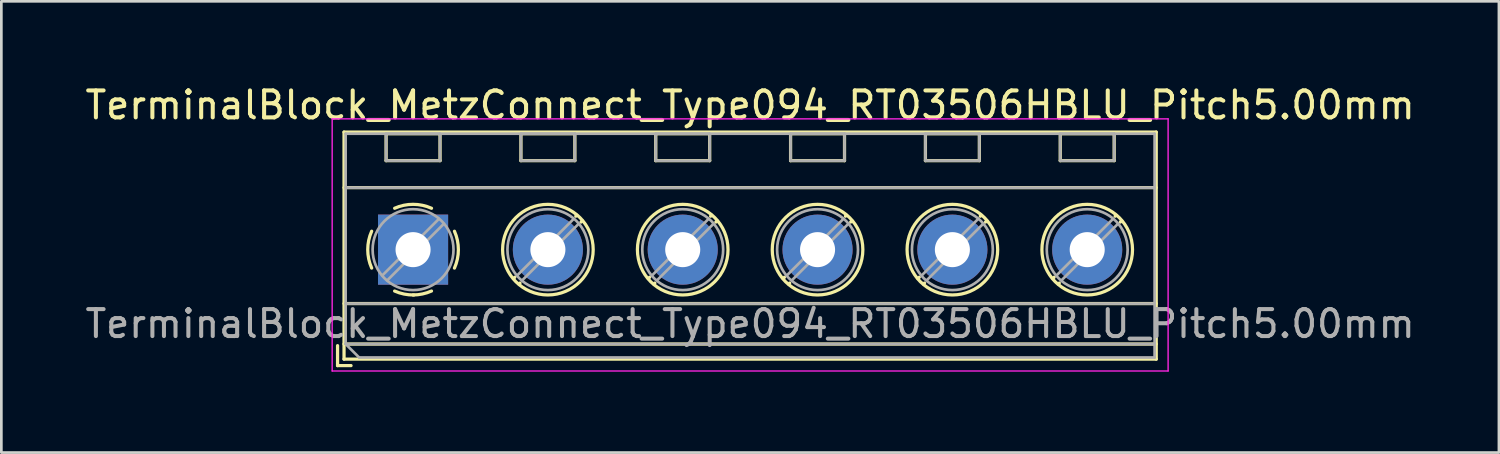
<source format=kicad_pcb>
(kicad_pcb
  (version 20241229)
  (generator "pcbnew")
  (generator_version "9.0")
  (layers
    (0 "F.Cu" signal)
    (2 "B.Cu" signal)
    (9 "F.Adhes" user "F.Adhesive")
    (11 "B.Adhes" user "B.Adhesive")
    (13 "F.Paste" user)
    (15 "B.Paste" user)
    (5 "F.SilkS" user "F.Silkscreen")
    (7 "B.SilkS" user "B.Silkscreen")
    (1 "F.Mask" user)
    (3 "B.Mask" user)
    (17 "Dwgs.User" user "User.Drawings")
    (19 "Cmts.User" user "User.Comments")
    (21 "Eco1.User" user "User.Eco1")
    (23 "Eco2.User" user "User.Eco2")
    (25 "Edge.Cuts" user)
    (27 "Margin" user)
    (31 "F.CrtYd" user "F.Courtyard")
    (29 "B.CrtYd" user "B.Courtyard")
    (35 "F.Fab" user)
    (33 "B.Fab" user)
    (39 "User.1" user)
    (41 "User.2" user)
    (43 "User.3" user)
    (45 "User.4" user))
  (footprint "TerminalBlock_MetzConnect_Type094_RT03506HBLU_Pitch5.00mm"
    (layer "F.Cu")
    (at 12.268 6.208)
    (property "Reference" "TerminalBlock_MetzConnect_Type094_RT03506HBLU_Pitch5.00mm" (at 12.5 -5.36 0) (layer "F.SilkS") (effects (font (size 1 1) (thickness 0.15))))
    (attr through_hole)
    (fp_line (start -2.8 3.56) (end -2.8 4.3) (stroke (width 0.12) (type solid)) (layer "F.SilkS"))
    (fp_line (start -2.8 4.3) (end -2.3 4.3) (stroke (width 0.12) (type solid)) (layer "F.SilkS"))
    (fp_line (start -2.56 -4.36) (end -2.56 4.06) (stroke (width 0.12) (type solid)) (layer "F.SilkS"))
    (fp_line (start -2.56 -2.3) (end 27.56 -2.3) (stroke (width 0.12) (type solid)) (layer "F.SilkS"))
    (fp_line (start -2.56 2) (end 27.56 2) (stroke (width 0.12) (type solid)) (layer "F.SilkS"))
    (fp_line (start -2.56 3.5) (end 27.56 3.5) (stroke (width 0.12) (type solid)) (layer "F.SilkS"))
    (fp_line (start -2.56 4.06) (end 27.56 4.06) (stroke (width 0.12) (type solid)) (layer "F.SilkS"))
    (fp_line (start -1 -4.3) (end -1 -3.3) (stroke (width 0.12) (type solid)) (layer "F.SilkS"))
    (fp_line (start -1 -4.3) (end 1 -4.3) (stroke (width 0.12) (type solid)) (layer "F.SilkS"))
    (fp_line (start -1 -3.3) (end 1 -3.3) (stroke (width 0.12) (type solid)) (layer "F.SilkS"))
    (fp_line (start 1 -4.3) (end 1 -3.3) (stroke (width 0.12) (type solid)) (layer "F.SilkS"))
    (fp_line (start 3.773 1.023) (end 3.726 1.069) (stroke (width 0.12) (type solid)) (layer "F.SilkS"))
    (fp_line (start 3.966 1.239) (end 3.931 1.274) (stroke (width 0.12) (type solid)) (layer "F.SilkS"))
    (fp_line (start 4 -4.3) (end 4 -3.3) (stroke (width 0.12) (type solid)) (layer "F.SilkS"))
    (fp_line (start 4 -4.3) (end 6 -4.3) (stroke (width 0.12) (type solid)) (layer "F.SilkS"))
    (fp_line (start 4 -3.3) (end 6 -3.3) (stroke (width 0.12) (type solid)) (layer "F.SilkS"))
    (fp_line (start 6 -4.3) (end 6 -3.3) (stroke (width 0.12) (type solid)) (layer "F.SilkS"))
    (fp_line (start 6.07 -1.275) (end 6.035 -1.239) (stroke (width 0.12) (type solid)) (layer "F.SilkS"))
    (fp_line (start 6.275 -1.069) (end 6.228 -1.023) (stroke (width 0.12) (type solid)) (layer "F.SilkS"))
    (fp_line (start 8.773 1.023) (end 8.726 1.069) (stroke (width 0.12) (type solid)) (layer "F.SilkS"))
    (fp_line (start 8.966 1.239) (end 8.931 1.274) (stroke (width 0.12) (type solid)) (layer "F.SilkS"))
    (fp_line (start 9 -4.3) (end 9 -3.3) (stroke (width 0.12) (type solid)) (layer "F.SilkS"))
    (fp_line (start 9 -4.3) (end 11 -4.3) (stroke (width 0.12) (type solid)) (layer "F.SilkS"))
    (fp_line (start 9 -3.3) (end 11 -3.3) (stroke (width 0.12) (type solid)) (layer "F.SilkS"))
    (fp_line (start 11 -4.3) (end 11 -3.3) (stroke (width 0.12) (type solid)) (layer "F.SilkS"))
    (fp_line (start 11.07 -1.275) (end 11.035 -1.239) (stroke (width 0.12) (type solid)) (layer "F.SilkS"))
    (fp_line (start 11.275 -1.069) (end 11.228 -1.023) (stroke (width 0.12) (type solid)) (layer "F.SilkS"))
    (fp_line (start 13.773 1.023) (end 13.726 1.069) (stroke (width 0.12) (type solid)) (layer "F.SilkS"))
    (fp_line (start 13.966 1.239) (end 13.931 1.274) (stroke (width 0.12) (type solid)) (layer "F.SilkS"))
    (fp_line (start 14 -4.3) (end 14 -3.3) (stroke (width 0.12) (type solid)) (layer "F.SilkS"))
    (fp_line (start 14 -4.3) (end 16 -4.3) (stroke (width 0.12) (type solid)) (layer "F.SilkS"))
    (fp_line (start 14 -3.3) (end 16 -3.3) (stroke (width 0.12) (type solid)) (layer "F.SilkS"))
    (fp_line (start 16 -4.3) (end 16 -3.3) (stroke (width 0.12) (type solid)) (layer "F.SilkS"))
    (fp_line (start 16.07 -1.275) (end 16.035 -1.239) (stroke (width 0.12) (type solid)) (layer "F.SilkS"))
    (fp_line (start 16.275 -1.069) (end 16.228 -1.023) (stroke (width 0.12) (type solid)) (layer "F.SilkS"))
    (fp_line (start 18.773 1.023) (end 18.726 1.069) (stroke (width 0.12) (type solid)) (layer "F.SilkS"))
    (fp_line (start 18.966 1.239) (end 18.931 1.274) (stroke (width 0.12) (type solid)) (layer "F.SilkS"))
    (fp_line (start 19 -4.3) (end 19 -3.3) (stroke (width 0.12) (type solid)) (layer "F.SilkS"))
    (fp_line (start 19 -4.3) (end 21 -4.3) (stroke (width 0.12) (type solid)) (layer "F.SilkS"))
    (fp_line (start 19 -3.3) (end 21 -3.3) (stroke (width 0.12) (type solid)) (layer "F.SilkS"))
    (fp_line (start 21 -4.3) (end 21 -3.3) (stroke (width 0.12) (type solid)) (layer "F.SilkS"))
    (fp_line (start 21.07 -1.275) (end 21.035 -1.239) (stroke (width 0.12) (type solid)) (layer "F.SilkS"))
    (fp_line (start 21.275 -1.069) (end 21.228 -1.023) (stroke (width 0.12) (type solid)) (layer "F.SilkS"))
    (fp_line (start 23.773 1.023) (end 23.726 1.069) (stroke (width 0.12) (type solid)) (layer "F.SilkS"))
    (fp_line (start 23.966 1.239) (end 23.931 1.274) (stroke (width 0.12) (type solid)) (layer "F.SilkS"))
    (fp_line (start 24 -4.3) (end 24 -3.3) (stroke (width 0.12) (type solid)) (layer "F.SilkS"))
    (fp_line (start 24 -4.3) (end 26 -4.3) (stroke (width 0.12) (type solid)) (layer "F.SilkS"))
    (fp_line (start 24 -3.3) (end 26 -3.3) (stroke (width 0.12) (type solid)) (layer "F.SilkS"))
    (fp_line (start 26 -4.3) (end 26 -3.3) (stroke (width 0.12) (type solid)) (layer "F.SilkS"))
    (fp_line (start 26.07 -1.275) (end 26.035 -1.239) (stroke (width 0.12) (type solid)) (layer "F.SilkS"))
    (fp_line (start 26.275 -1.069) (end 26.228 -1.023) (stroke (width 0.12) (type solid)) (layer "F.SilkS"))
    (fp_line (start 27.56 -4.36) (end -2.56 -4.36) (stroke (width 0.12) (type solid)) (layer "F.SilkS"))
    (fp_line (start 27.56 4.06) (end 27.56 -4.36) (stroke (width 0.12) (type solid)) (layer "F.SilkS"))
    (fp_arc (start -1.535427 0.683042) (mid -1.680501 -0.000524) (end -1.535 -0.684) (stroke (width 0.12) (type solid)) (layer "F.SilkS"))
    (fp_arc (start -0.683042 -1.535427) (mid 0.000524 -1.680501) (end 0.684 -1.535) (stroke (width 0.12) (type solid)) (layer "F.SilkS"))
    (fp_arc (start 0.028805 1.680253) (mid -0.335551 1.646659) (end -0.684 1.535) (stroke (width 0.12) (type solid)) (layer "F.SilkS"))
    (fp_arc (start 0.683318 1.534756) (mid 0.349292 1.643288) (end 0 1.68) (stroke (width 0.12) (type solid)) (layer "F.SilkS"))
    (fp_arc (start 1.535427 -0.683042) (mid 1.680501 0.000524) (end 1.535 0.684) (stroke (width 0.12) (type solid)) (layer "F.SilkS"))
    (fp_circle (center 5 0) (end 6.68 0) (stroke (width 0.12) (type solid)) (fill no) (layer "F.SilkS"))
    (fp_circle (center 10 0) (end 11.68 0) (stroke (width 0.12) (type solid)) (fill no) (layer "F.SilkS"))
    (fp_circle (center 15 0) (end 16.68 0) (stroke (width 0.12) (type solid)) (fill no) (layer "F.SilkS"))
    (fp_circle (center 20 0) (end 21.68 0) (stroke (width 0.12) (type solid)) (fill no) (layer "F.SilkS"))
    (fp_circle (center 25 0) (end 26.68 0) (stroke (width 0.12) (type solid)) (fill no) (layer "F.SilkS"))
    (fp_line (start -3 -4.85) (end -3 4.5) (stroke (width 0.05) (type solid)) (layer "F.CrtYd"))
    (fp_line (start -3 4.5) (end 28 4.5) (stroke (width 0.05) (type solid)) (layer "F.CrtYd"))
    (fp_line (start 28 -4.85) (end -3 -4.85) (stroke (width 0.05) (type solid)) (layer "F.CrtYd"))
    (fp_line (start 28 4.5) (end 28 -4.85) (stroke (width 0.05) (type solid)) (layer "F.CrtYd"))
    (fp_line (start -2.5 -4.3) (end 27.5 -4.3) (stroke (width 0.1) (type solid)) (layer "F.Fab"))
    (fp_line (start -2.5 -2.3) (end 27.5 -2.3) (stroke (width 0.1) (type solid)) (layer "F.Fab"))
    (fp_line (start -2.5 2) (end 27.5 2) (stroke (width 0.1) (type solid)) (layer "F.Fab"))
    (fp_line (start -2.5 3.5) (end -2.5 -4.3) (stroke (width 0.1) (type solid)) (layer "F.Fab"))
    (fp_line (start -2.5 3.5) (end 27.5 3.5) (stroke (width 0.1) (type solid)) (layer "F.Fab"))
    (fp_line (start -2 4) (end -2.5 3.5) (stroke (width 0.1) (type solid)) (layer "F.Fab"))
    (fp_line (start -1 -4.3) (end -1 -3.3) (stroke (width 0.1) (type solid)) (layer "F.Fab"))
    (fp_line (start -1 -3.3) (end 1 -3.3) (stroke (width 0.1) (type solid)) (layer "F.Fab"))
    (fp_line (start 0.955 -1.138) (end -1.138 0.955) (stroke (width 0.1) (type solid)) (layer "F.Fab"))
    (fp_line (start 1 -4.3) (end -1 -4.3) (stroke (width 0.1) (type solid)) (layer "F.Fab"))
    (fp_line (start 1 -3.3) (end 1 -4.3) (stroke (width 0.1) (type solid)) (layer "F.Fab"))
    (fp_line (start 1.138 -0.955) (end -0.955 1.138) (stroke (width 0.1) (type solid)) (layer "F.Fab"))
    (fp_line (start 4 -4.3) (end 4 -3.3) (stroke (width 0.1) (type solid)) (layer "F.Fab"))
    (fp_line (start 4 -3.3) (end 6 -3.3) (stroke (width 0.1) (type solid)) (layer "F.Fab"))
    (fp_line (start 5.955 -1.138) (end 3.863 0.955) (stroke (width 0.1) (type solid)) (layer "F.Fab"))
    (fp_line (start 6 -4.3) (end 4 -4.3) (stroke (width 0.1) (type solid)) (layer "F.Fab"))
    (fp_line (start 6 -3.3) (end 6 -4.3) (stroke (width 0.1) (type solid)) (layer "F.Fab"))
    (fp_line (start 6.138 -0.955) (end 4.046 1.138) (stroke (width 0.1) (type solid)) (layer "F.Fab"))
    (fp_line (start 9 -4.3) (end 9 -3.3) (stroke (width 0.1) (type solid)) (layer "F.Fab"))
    (fp_line (start 9 -3.3) (end 11 -3.3) (stroke (width 0.1) (type solid)) (layer "F.Fab"))
    (fp_line (start 10.955 -1.138) (end 8.863 0.955) (stroke (width 0.1) (type solid)) (layer "F.Fab"))
    (fp_line (start 11 -4.3) (end 9 -4.3) (stroke (width 0.1) (type solid)) (layer "F.Fab"))
    (fp_line (start 11 -3.3) (end 11 -4.3) (stroke (width 0.1) (type solid)) (layer "F.Fab"))
    (fp_line (start 11.138 -0.955) (end 9.046 1.138) (stroke (width 0.1) (type solid)) (layer "F.Fab"))
    (fp_line (start 14 -4.3) (end 14 -3.3) (stroke (width 0.1) (type solid)) (layer "F.Fab"))
    (fp_line (start 14 -3.3) (end 16 -3.3) (stroke (width 0.1) (type solid)) (layer "F.Fab"))
    (fp_line (start 15.955 -1.138) (end 13.863 0.955) (stroke (width 0.1) (type solid)) (layer "F.Fab"))
    (fp_line (start 16 -4.3) (end 14 -4.3) (stroke (width 0.1) (type solid)) (layer "F.Fab"))
    (fp_line (start 16 -3.3) (end 16 -4.3) (stroke (width 0.1) (type solid)) (layer "F.Fab"))
    (fp_line (start 16.138 -0.955) (end 14.046 1.138) (stroke (width 0.1) (type solid)) (layer "F.Fab"))
    (fp_line (start 19 -4.3) (end 19 -3.3) (stroke (width 0.1) (type solid)) (layer "F.Fab"))
    (fp_line (start 19 -3.3) (end 21 -3.3) (stroke (width 0.1) (type solid)) (layer "F.Fab"))
    (fp_line (start 20.955 -1.138) (end 18.863 0.955) (stroke (width 0.1) (type solid)) (layer "F.Fab"))
    (fp_line (start 21 -4.3) (end 19 -4.3) (stroke (width 0.1) (type solid)) (layer "F.Fab"))
    (fp_line (start 21 -3.3) (end 21 -4.3) (stroke (width 0.1) (type solid)) (layer "F.Fab"))
    (fp_line (start 21.138 -0.955) (end 19.046 1.138) (stroke (width 0.1) (type solid)) (layer "F.Fab"))
    (fp_line (start 24 -4.3) (end 24 -3.3) (stroke (width 0.1) (type solid)) (layer "F.Fab"))
    (fp_line (start 24 -3.3) (end 26 -3.3) (stroke (width 0.1) (type solid)) (layer "F.Fab"))
    (fp_line (start 25.955 -1.138) (end 23.863 0.955) (stroke (width 0.1) (type solid)) (layer "F.Fab"))
    (fp_line (start 26 -4.3) (end 24 -4.3) (stroke (width 0.1) (type solid)) (layer "F.Fab"))
    (fp_line (start 26 -3.3) (end 26 -4.3) (stroke (width 0.1) (type solid)) (layer "F.Fab"))
    (fp_line (start 26.138 -0.955) (end 24.046 1.138) (stroke (width 0.1) (type solid)) (layer "F.Fab"))
    (fp_line (start 27.5 -4.3) (end 27.5 4) (stroke (width 0.1) (type solid)) (layer "F.Fab"))
    (fp_line (start 27.5 4) (end -2 4) (stroke (width 0.1) (type solid)) (layer "F.Fab"))
    (fp_circle (center 0 0) (end 1.5 0) (stroke (width 0.1) (type solid)) (fill no) (layer "F.Fab"))
    (fp_circle (center 5 0) (end 6.5 0) (stroke (width 0.1) (type solid)) (fill no) (layer "F.Fab"))
    (fp_circle (center 10 0) (end 11.5 0) (stroke (width 0.1) (type solid)) (fill no) (layer "F.Fab"))
    (fp_circle (center 15 0) (end 16.5 0) (stroke (width 0.1) (type solid)) (fill no) (layer "F.Fab"))
    (fp_circle (center 20 0) (end 21.5 0) (stroke (width 0.1) (type solid)) (fill no) (layer "F.Fab"))
    (fp_circle (center 25 0) (end 26.5 0) (stroke (width 0.1) (type solid)) (fill no) (layer "F.Fab"))
    (fp_text user "${REFERENCE}" (at 12.5 2.75 0) (layer "F.Fab") (effects (font (size 1 1) (thickness 0.15))))
    (pad "1" thru_hole rect (at 0 0) (size 2.6 2.6) (drill 1.3) (layers "*.Cu" "*.Mask"))
    (pad "2" thru_hole circle (at 5 0) (size 2.6 2.6) (drill 1.3) (layers "*.Cu" "*.Mask"))
    (pad "3" thru_hole circle (at 10 0) (size 2.6 2.6) (drill 1.3) (layers "*.Cu" "*.Mask"))
    (pad "4" thru_hole circle (at 15 0) (size 2.6 2.6) (drill 1.3) (layers "*.Cu" "*.Mask"))
    (pad "5" thru_hole circle (at 20 0) (size 2.6 2.6) (drill 1.3) (layers "*.Cu" "*.Mask"))
    (pad "6" thru_hole circle (at 25 0) (size 2.6 2.6) (drill 1.3) (layers "*.Cu" "*.Mask")))
  (gr_rect
    (start -3 -3)
    (end 52.536 13.733)
    (stroke (width 0.1) (type default))
    (fill no)
    (layer "Edge.Cuts")))
</source>
